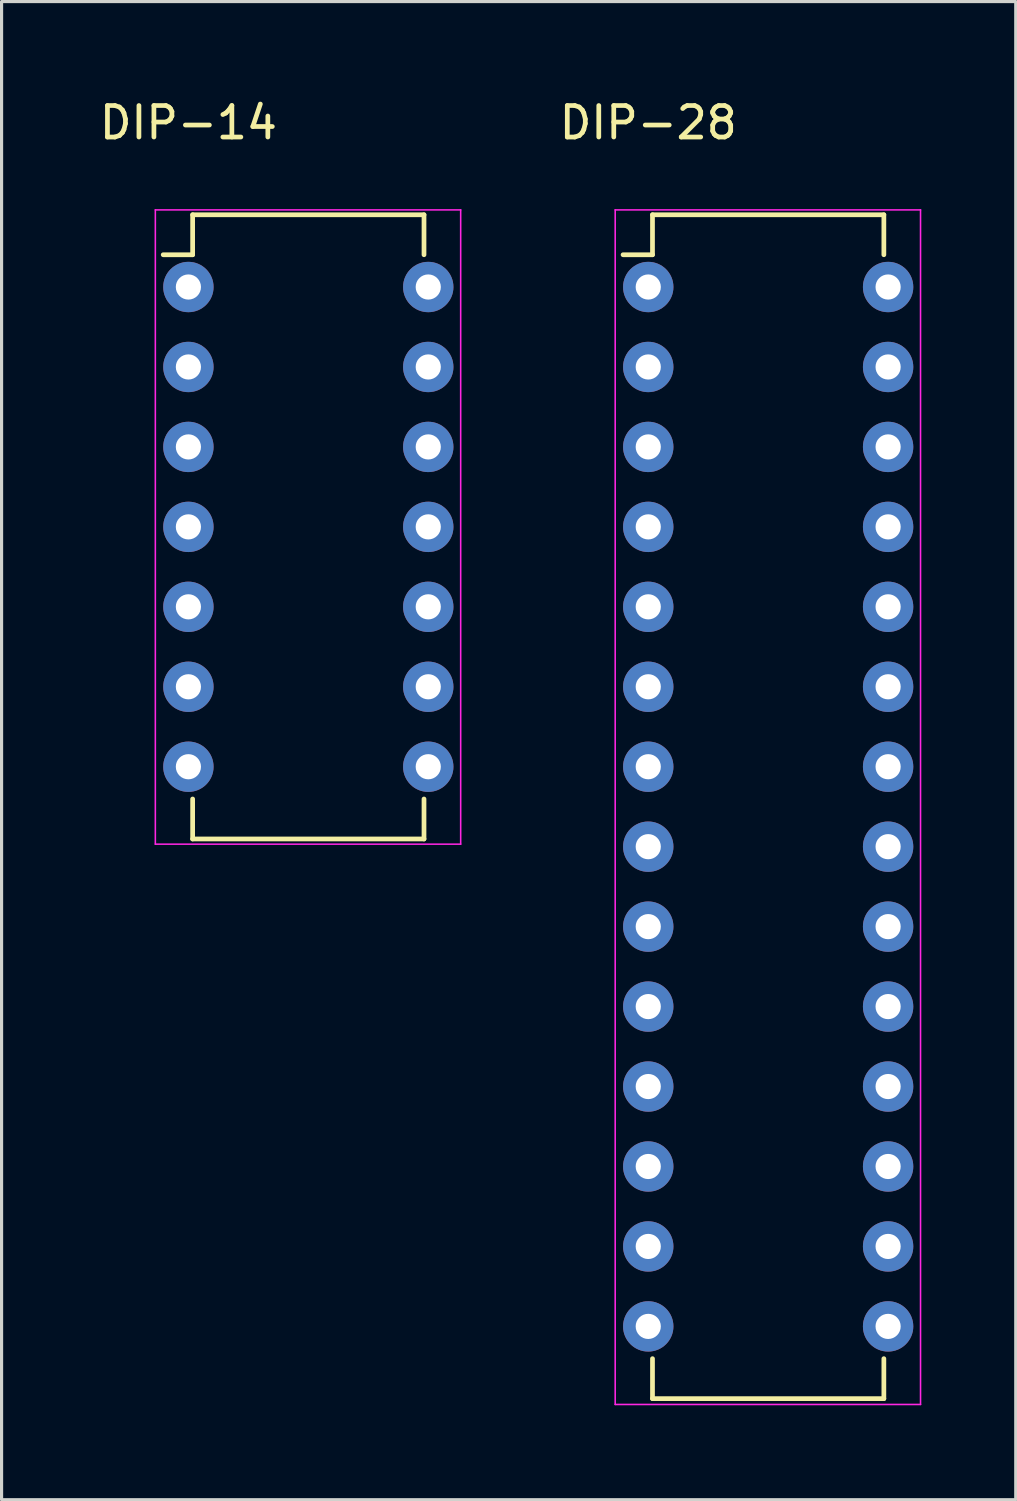
<source format=kicad_pcb>
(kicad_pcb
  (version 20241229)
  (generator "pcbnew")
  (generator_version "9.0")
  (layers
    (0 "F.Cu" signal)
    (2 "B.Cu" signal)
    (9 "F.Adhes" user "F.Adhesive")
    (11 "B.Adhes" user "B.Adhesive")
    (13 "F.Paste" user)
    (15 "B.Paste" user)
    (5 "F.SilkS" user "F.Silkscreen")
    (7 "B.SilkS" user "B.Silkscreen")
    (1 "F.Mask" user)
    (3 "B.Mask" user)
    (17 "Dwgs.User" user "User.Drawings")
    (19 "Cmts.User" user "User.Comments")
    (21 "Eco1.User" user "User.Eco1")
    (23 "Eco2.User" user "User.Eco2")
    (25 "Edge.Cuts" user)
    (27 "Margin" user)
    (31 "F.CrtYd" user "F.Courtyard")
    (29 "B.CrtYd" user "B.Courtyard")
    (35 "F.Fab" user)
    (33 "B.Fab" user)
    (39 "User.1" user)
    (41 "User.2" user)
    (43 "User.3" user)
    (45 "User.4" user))
  (footprint "DIP-14"
    (layer "F.Cu")
    (at 2.935 6.068)
    (property "Reference" "DIP-14" (at 0 -5.22 0) (layer "F.SilkS") (effects (font (size 1 1) (thickness 0.15))))
    (attr through_hole)
    (fp_line (start 0.135 -2.295) (end 0.135 -1.025) (stroke (width 0.15) (type solid)) (layer "F.SilkS"))
    (fp_line (start 0.135 -2.295) (end 7.485 -2.295) (stroke (width 0.15) (type solid)) (layer "F.SilkS"))
    (fp_line (start 0.135 -1.025) (end -0.8 -1.025) (stroke (width 0.15) (type solid)) (layer "F.SilkS"))
    (fp_line (start 0.135 17.535) (end 0.135 16.265) (stroke (width 0.15) (type solid)) (layer "F.SilkS"))
    (fp_line (start 0.135 17.535) (end 7.485 17.535) (stroke (width 0.15) (type solid)) (layer "F.SilkS"))
    (fp_line (start 7.485 -2.295) (end 7.485 -1.025) (stroke (width 0.15) (type solid)) (layer "F.SilkS"))
    (fp_line (start 7.485 17.535) (end 7.485 16.265) (stroke (width 0.15) (type solid)) (layer "F.SilkS"))
    (fp_line (start -1.05 -2.45) (end -1.05 17.7) (stroke (width 0.05) (type solid)) (layer "F.CrtYd"))
    (fp_line (start -1.05 -2.45) (end 8.65 -2.45) (stroke (width 0.05) (type solid)) (layer "F.CrtYd"))
    (fp_line (start -1.05 17.7) (end 8.65 17.7) (stroke (width 0.05) (type solid)) (layer "F.CrtYd"))
    (fp_line (start 8.65 -2.45) (end 8.65 17.7) (stroke (width 0.05) (type solid)) (layer "F.CrtYd"))
    (pad "1" thru_hole oval (at 0 0) (size 1.6 1.6) (drill 0.8) (layers "*.Cu" "*.Mask"))
    (pad "2" thru_hole oval (at 0 2.54) (size 1.6 1.6) (drill 0.8) (layers "*.Cu" "*.Mask"))
    (pad "3" thru_hole oval (at 0 5.08) (size 1.6 1.6) (drill 0.8) (layers "*.Cu" "*.Mask"))
    (pad "4" thru_hole oval (at 0 7.62) (size 1.6 1.6) (drill 0.8) (layers "*.Cu" "*.Mask"))
    (pad "5" thru_hole oval (at 0 10.16) (size 1.6 1.6) (drill 0.8) (layers "*.Cu" "*.Mask"))
    (pad "6" thru_hole oval (at 0 12.7) (size 1.6 1.6) (drill 0.8) (layers "*.Cu" "*.Mask"))
    (pad "7" thru_hole oval (at 0 15.24) (size 1.6 1.6) (drill 0.8) (layers "*.Cu" "*.Mask"))
    (pad "8" thru_hole oval (at 7.62 15.24) (size 1.6 1.6) (drill 0.8) (layers "*.Cu" "*.Mask"))
    (pad "9" thru_hole oval (at 7.62 12.7) (size 1.6 1.6) (drill 0.8) (layers "*.Cu" "*.Mask"))
    (pad "10" thru_hole oval (at 7.62 10.16) (size 1.6 1.6) (drill 0.8) (layers "*.Cu" "*.Mask"))
    (pad "11" thru_hole oval (at 7.62 7.62) (size 1.6 1.6) (drill 0.8) (layers "*.Cu" "*.Mask"))
    (pad "12" thru_hole oval (at 7.62 5.08) (size 1.6 1.6) (drill 0.8) (layers "*.Cu" "*.Mask"))
    (pad "13" thru_hole oval (at 7.62 2.54) (size 1.6 1.6) (drill 0.8) (layers "*.Cu" "*.Mask"))
    (pad "14" thru_hole oval (at 7.62 0) (size 1.6 1.6) (drill 0.8) (layers "*.Cu" "*.Mask")))
  (footprint "DIP-28"
    (layer "F.Cu")
    (at 17.544 6.068)
    (property "Reference" "DIP-28" (at 0 -5.22 0) (layer "F.SilkS") (effects (font (size 1 1) (thickness 0.15))))
    (attr through_hole)
    (fp_line (start 0.135 -2.295) (end 0.135 -1.025) (stroke (width 0.15) (type solid)) (layer "F.SilkS"))
    (fp_line (start 0.135 -2.295) (end 7.485 -2.295) (stroke (width 0.15) (type solid)) (layer "F.SilkS"))
    (fp_line (start 0.135 -1.025) (end -0.8 -1.025) (stroke (width 0.15) (type solid)) (layer "F.SilkS"))
    (fp_line (start 0.135 35.315) (end 0.135 34.045) (stroke (width 0.15) (type solid)) (layer "F.SilkS"))
    (fp_line (start 0.135 35.315) (end 7.485 35.315) (stroke (width 0.15) (type solid)) (layer "F.SilkS"))
    (fp_line (start 7.485 -2.295) (end 7.485 -1.025) (stroke (width 0.15) (type solid)) (layer "F.SilkS"))
    (fp_line (start 7.485 35.315) (end 7.485 34.045) (stroke (width 0.15) (type solid)) (layer "F.SilkS"))
    (fp_line (start -1.05 -2.45) (end -1.05 35.5) (stroke (width 0.05) (type solid)) (layer "F.CrtYd"))
    (fp_line (start -1.05 -2.45) (end 8.65 -2.45) (stroke (width 0.05) (type solid)) (layer "F.CrtYd"))
    (fp_line (start -1.05 35.5) (end 8.65 35.5) (stroke (width 0.05) (type solid)) (layer "F.CrtYd"))
    (fp_line (start 8.65 -2.45) (end 8.65 35.5) (stroke (width 0.05) (type solid)) (layer "F.CrtYd"))
    (pad "1" thru_hole oval (at 0 0) (size 1.6 1.6) (drill 0.8) (layers "*.Cu" "*.Mask"))
    (pad "2" thru_hole oval (at 0 2.54) (size 1.6 1.6) (drill 0.8) (layers "*.Cu" "*.Mask"))
    (pad "3" thru_hole oval (at 0 5.08) (size 1.6 1.6) (drill 0.8) (layers "*.Cu" "*.Mask"))
    (pad "4" thru_hole oval (at 0 7.62) (size 1.6 1.6) (drill 0.8) (layers "*.Cu" "*.Mask"))
    (pad "5" thru_hole oval (at 0 10.16) (size 1.6 1.6) (drill 0.8) (layers "*.Cu" "*.Mask"))
    (pad "6" thru_hole oval (at 0 12.7) (size 1.6 1.6) (drill 0.8) (layers "*.Cu" "*.Mask"))
    (pad "7" thru_hole oval (at 0 15.24) (size 1.6 1.6) (drill 0.8) (layers "*.Cu" "*.Mask"))
    (pad "8" thru_hole oval (at 0 17.78) (size 1.6 1.6) (drill 0.8) (layers "*.Cu" "*.Mask"))
    (pad "9" thru_hole oval (at 0 20.32) (size 1.6 1.6) (drill 0.8) (layers "*.Cu" "*.Mask"))
    (pad "10" thru_hole oval (at 0 22.86) (size 1.6 1.6) (drill 0.8) (layers "*.Cu" "*.Mask"))
    (pad "11" thru_hole oval (at 0 25.4) (size 1.6 1.6) (drill 0.8) (layers "*.Cu" "*.Mask"))
    (pad "12" thru_hole oval (at 0 27.94) (size 1.6 1.6) (drill 0.8) (layers "*.Cu" "*.Mask"))
    (pad "13" thru_hole oval (at 0 30.48) (size 1.6 1.6) (drill 0.8) (layers "*.Cu" "*.Mask"))
    (pad "14" thru_hole oval (at 0 33.02) (size 1.6 1.6) (drill 0.8) (layers "*.Cu" "*.Mask"))
    (pad "15" thru_hole oval (at 7.62 33.02) (size 1.6 1.6) (drill 0.8) (layers "*.Cu" "*.Mask"))
    (pad "16" thru_hole oval (at 7.62 30.48) (size 1.6 1.6) (drill 0.8) (layers "*.Cu" "*.Mask"))
    (pad "17" thru_hole oval (at 7.62 27.94) (size 1.6 1.6) (drill 0.8) (layers "*.Cu" "*.Mask"))
    (pad "18" thru_hole oval (at 7.62 25.4) (size 1.6 1.6) (drill 0.8) (layers "*.Cu" "*.Mask"))
    (pad "19" thru_hole oval (at 7.62 22.86) (size 1.6 1.6) (drill 0.8) (layers "*.Cu" "*.Mask"))
    (pad "20" thru_hole oval (at 7.62 20.32) (size 1.6 1.6) (drill 0.8) (layers "*.Cu" "*.Mask"))
    (pad "21" thru_hole oval (at 7.62 17.78) (size 1.6 1.6) (drill 0.8) (layers "*.Cu" "*.Mask"))
    (pad "22" thru_hole oval (at 7.62 15.24) (size 1.6 1.6) (drill 0.8) (layers "*.Cu" "*.Mask"))
    (pad "23" thru_hole oval (at 7.62 12.7) (size 1.6 1.6) (drill 0.8) (layers "*.Cu" "*.Mask"))
    (pad "24" thru_hole oval (at 7.62 10.16) (size 1.6 1.6) (drill 0.8) (layers "*.Cu" "*.Mask"))
    (pad "25" thru_hole oval (at 7.62 7.62) (size 1.6 1.6) (drill 0.8) (layers "*.Cu" "*.Mask"))
    (pad "26" thru_hole oval (at 7.62 5.08) (size 1.6 1.6) (drill 0.8) (layers "*.Cu" "*.Mask"))
    (pad "27" thru_hole oval (at 7.62 2.54) (size 1.6 1.6) (drill 0.8) (layers "*.Cu" "*.Mask"))
    (pad "28" thru_hole oval (at 7.62 0) (size 1.6 1.6) (drill 0.8) (layers "*.Cu" "*.Mask")))
  (gr_rect
    (start -3 -3)
    (end 29.219 44.593)
    (stroke (width 0.1) (type default))
    (fill no)
    (layer "Edge.Cuts")))
</source>
